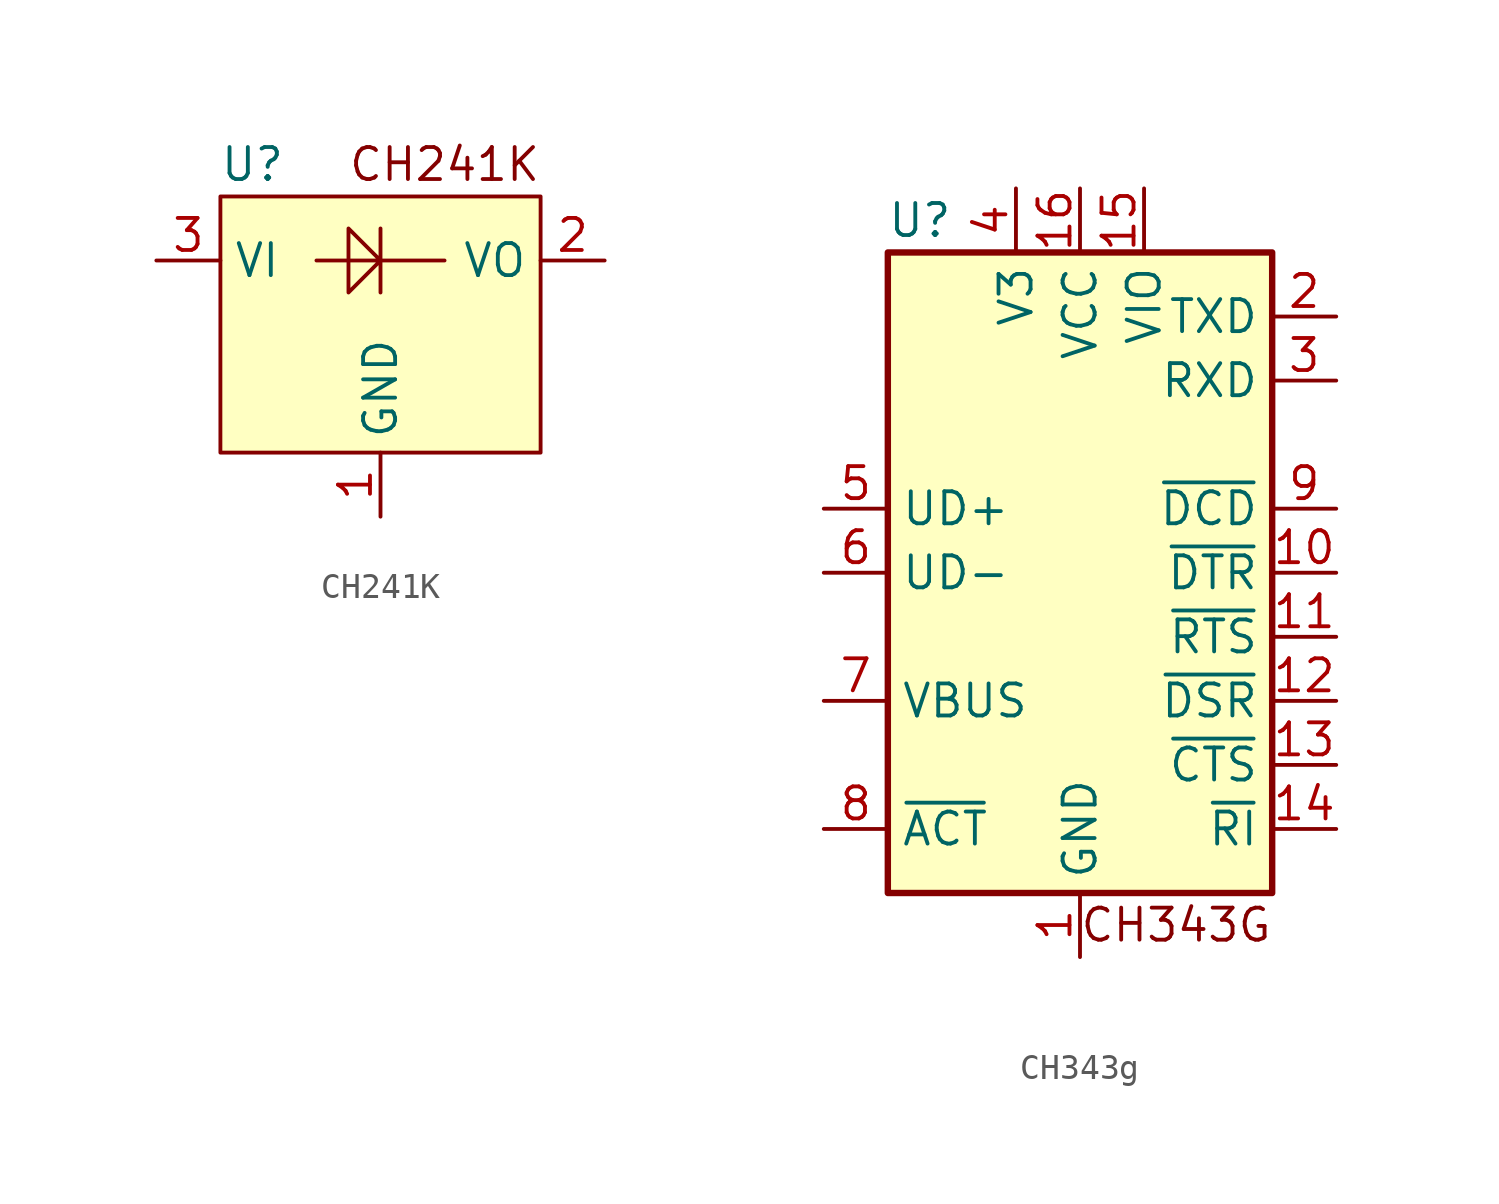
<source format=kicad_sym>
(kicad_symbol_lib
  (version 20220914)
  (generator kicad_symbol_editor)
  (symbol "CH241K"
    (property "Reference" "U"
      (at -5.08 5.08 0)
      (effects (font (size 1.27 1.27))))
    (property "Value" ""
      (at 0 0 0)
      (effects (font (size 1.27 1.27))))
    (symbol "CH241K_1_1"
      (rectangle (start -6.35 3.81) (end 6.35 -6.35) (stroke (width 0) (type default)) (fill (type background)))
      (polyline (pts (xy 2.54 1.27) (xy -2.54 1.27) (xy -1.27 1.27) (xy -1.27 2.54) (xy 0 1.27) (xy -1.27 0) (xy -1.27 1.27) (xy 0 1.27) (xy 0 2.54) (xy 0 0)) (stroke (width 0) (type default)) (fill (type none)))
      (text "CH241K" (at 2.54 5.08 0) (effects (font (size 1.27 1.27))))
      (pin power_in line (at 0 -8.89 90) (length 2.54) (name "GND" (effects (font (size 1.27 1.27)))) (number "1" (effects (font (size 1.27 1.27)))))
      (pin power_out line (at 8.89 1.27 180) (length 2.54) (name "VO" (effects (font (size 1.27 1.27)))) (number "2" (effects (font (size 1.27 1.27)))))
      (pin power_in line (at -8.89 1.27 0) (length 2.54) (name "VI" (effects (font (size 1.27 1.27)))) (number "3" (effects (font (size 1.27 1.27)))))))
  (symbol "CH343g"
    (property "Reference" "U"
      (at -6.35 13.97 0)
      (effects (font (size 1.27 1.27))))
    (property "Value" ""
      (at -3.81 -15.24 0)
      (effects (font (size 1.27 1.27))))
    (symbol "CH343g_0_1"
      (rectangle (start -7.62 12.7) (end 7.62 -12.7) (stroke (width 0.254) (type default)) (fill (type background))))
    (symbol "CH343g_1_1"
      (text "CH343G" (at 3.81 -13.97 0) (effects (font (size 1.27 1.27))))
      (pin power_in line (at 0 -15.24 90) (length 2.54) (name "GND" (effects (font (size 1.27 1.27)))) (number "1" (effects (font (size 1.27 1.27)))))
      (pin input line (at 10.16 0 180) (length 2.54) (name "~{DTR}" (effects (font (size 1.27 1.27)))) (number "10" (effects (font (size 1.27 1.27)))))
      (pin input line (at 10.16 -2.54 180) (length 2.54) (name "~{RTS}" (effects (font (size 1.27 1.27)))) (number "11" (effects (font (size 1.27 1.27)))))
      (pin input line (at 10.16 -5.08 180) (length 2.54) (name "~{DSR}" (effects (font (size 1.27 1.27)))) (number "12" (effects (font (size 1.27 1.27)))))
      (pin output line (at 10.16 -7.62 180) (length 2.54) (name "~{CTS}" (effects (font (size 1.27 1.27)))) (number "13" (effects (font (size 1.27 1.27)))))
      (pin output line (at 10.16 -10.16 180) (length 2.54) (name "~{RI}" (effects (font (size 1.27 1.27)))) (number "14" (effects (font (size 1.27 1.27)))))
      (pin power_in line (at 2.54 15.24 270) (length 2.54) (name "VIO" (effects (font (size 1.27 1.27)))) (number "15" (effects (font (size 1.27 1.27)))))
      (pin power_in line (at 0 15.24 270) (length 2.54) (name "VCC" (effects (font (size 1.27 1.27)))) (number "16" (effects (font (size 1.27 1.27)))))
      (pin output line (at 10.16 10.16 180) (length 2.54) (name "TXD" (effects (font (size 1.27 1.27)))) (number "2" (effects (font (size 1.27 1.27)))))
      (pin input line (at 10.16 7.62 180) (length 2.54) (name "RXD" (effects (font (size 1.27 1.27)))) (number "3" (effects (font (size 1.27 1.27)))))
      (pin power_out line (at -2.54 15.24 270) (length 2.54) (name "V3" (effects (font (size 1.27 1.27)))) (number "4" (effects (font (size 1.27 1.27)))))
      (pin bidirectional line (at -10.16 2.54 0) (length 2.54) (name "UD+" (effects (font (size 1.27 1.27)))) (number "5" (effects (font (size 1.27 1.27)))))
      (pin bidirectional line (at -10.16 0 0) (length 2.54) (name "UD-" (effects (font (size 1.27 1.27)))) (number "6" (effects (font (size 1.27 1.27)))))
      (pin output line (at -10.16 -5.08 0) (length 2.54) (name "VBUS" (effects (font (size 1.27 1.27)))) (number "7" (effects (font (size 1.27 1.27)))))
      (pin output line (at -10.16 -10.16 0) (length 2.54) (name "~{ACT}" (effects (font (size 1.27 1.27)))) (number "8" (effects (font (size 1.27 1.27)))))
      (pin input line (at 10.16 2.54 180) (length 2.54) (name "~{DCD}" (effects (font (size 1.27 1.27)))) (number "9" (effects (font (size 1.27 1.27))))))))
</source>
